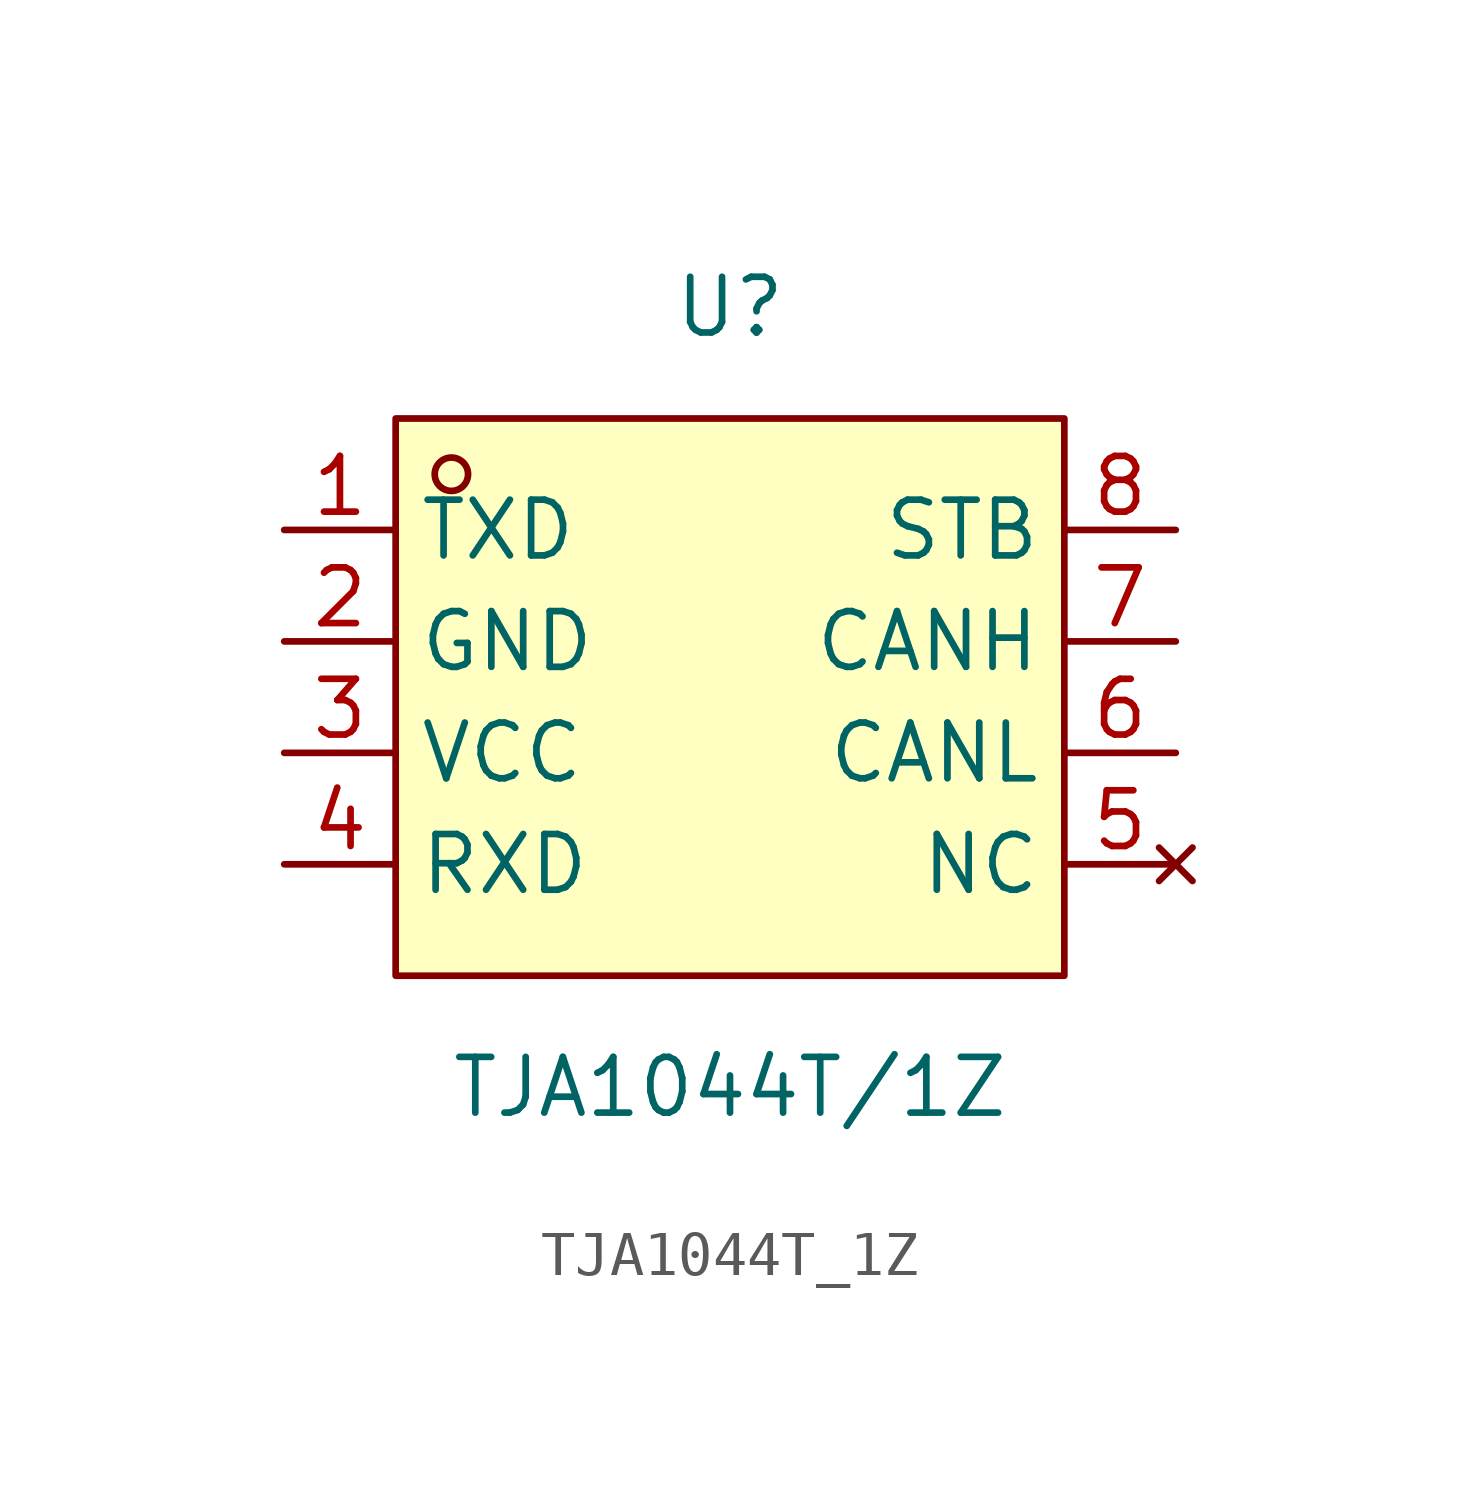
<source format=kicad_sym>
(kicad_symbol_lib
  (version 20231120)
  (generator "kicad_symbol_editor")
  (generator_version "8.0")
  (symbol "TJA1044T_1Z"
    (property "Reference" "U"
      (at 0 8.89 0)
      (effects (font (size 1.27 1.27))))
    (property "Value" "TJA1044T/1Z"
      (at 0 -8.89 0)
      (effects (font (size 1.27 1.27))))
    (symbol "TJA1044T_1Z_0_1"
      (rectangle (start -7.62 6.35) (end 7.62 -6.35) (stroke (width 0) (type default)) (fill (type background)))
      (circle (center -6.35 5.08) (radius 0.38) (stroke (width 0) (type default)) (fill (type none)))
      (pin power_in line (at -10.16 1.27 0) (length 2.54) (name "GND" (effects (font (size 1.27 1.27)))) (number "2" (effects (font (size 1.27 1.27)))))
      (pin power_in line (at -10.16 -1.27 0) (length 2.54) (name "VCC" (effects (font (size 1.27 1.27)))) (number "3" (effects (font (size 1.27 1.27)))))
      (pin bidirectional line (at -10.16 -3.81 0) (length 2.54) (name "RXD" (effects (font (size 1.27 1.27)))) (number "4" (effects (font (size 1.27 1.27)))))
      (pin no_connect line (at 10.16 -3.81 180) (length 2.54) (name "NC" (effects (font (size 1.27 1.27)))) (number "5" (effects (font (size 1.27 1.27)))))
      (pin bidirectional line (at 10.16 -1.27 180) (length 2.54) (name "CANL" (effects (font (size 1.27 1.27)))) (number "6" (effects (font (size 1.27 1.27)))))
      (pin bidirectional line (at 10.16 1.27 180) (length 2.54) (name "CANH" (effects (font (size 1.27 1.27)))) (number "7" (effects (font (size 1.27 1.27)))))
      (pin bidirectional line (at 10.16 3.81 180) (length 2.54) (name "STB" (effects (font (size 1.27 1.27)))) (number "8" (effects (font (size 1.27 1.27))))))
    (symbol "TJA1044T_1Z_1_1"
      (pin bidirectional line (at -10.16 3.81 0) (length 2.54) (name "TXD" (effects (font (size 1.27 1.27)))) (number "1" (effects (font (size 1.27 1.27))))))))
</source>
